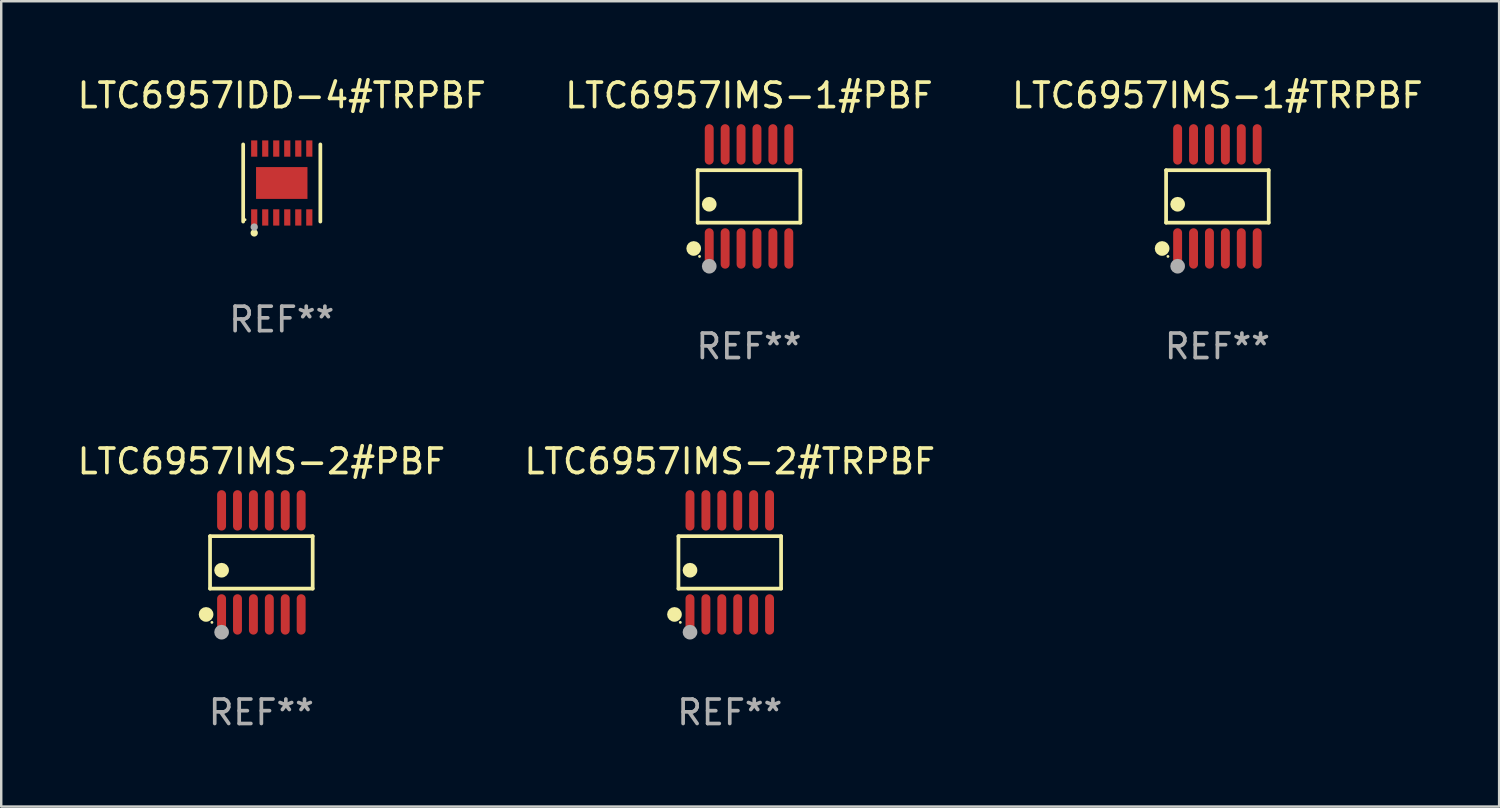
<source format=kicad_pcb>
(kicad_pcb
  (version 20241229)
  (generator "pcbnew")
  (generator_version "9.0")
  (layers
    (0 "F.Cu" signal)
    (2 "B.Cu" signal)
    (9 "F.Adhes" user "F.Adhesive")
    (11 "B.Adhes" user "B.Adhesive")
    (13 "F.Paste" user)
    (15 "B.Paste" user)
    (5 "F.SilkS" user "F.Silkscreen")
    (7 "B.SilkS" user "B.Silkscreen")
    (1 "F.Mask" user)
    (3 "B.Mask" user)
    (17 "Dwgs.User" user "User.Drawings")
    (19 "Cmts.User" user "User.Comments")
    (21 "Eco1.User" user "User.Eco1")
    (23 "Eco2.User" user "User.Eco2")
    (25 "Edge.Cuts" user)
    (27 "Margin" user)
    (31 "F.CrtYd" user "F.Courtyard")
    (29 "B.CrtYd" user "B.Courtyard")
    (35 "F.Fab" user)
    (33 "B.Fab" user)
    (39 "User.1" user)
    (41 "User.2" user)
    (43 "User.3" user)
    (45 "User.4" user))
  (footprint "LTC6957IMS-2#TRPBF"
    (layer "F.Cu")
    (at 26.756 19.92)
    (property "Reference" "LTC6957IMS-2#TRPBF" (at 0 -4.125 0) (layer "F.SilkS") (effects (font (size 1 1) (thickness 0.15))))
    (attr through_hole)
    (fp_line (start -2.096 -1.071) (end 2.096 -1.071) (stroke (width 0.152) (type solid)) (layer "F.SilkS"))
    (fp_line (start -2.096 1.071) (end -2.096 -1.071) (stroke (width 0.152) (type solid)) (layer "F.SilkS"))
    (fp_line (start 2.096 -1.071) (end 2.096 1.071) (stroke (width 0.152) (type solid)) (layer "F.SilkS"))
    (fp_line (start 2.096 1.071) (end -2.096 1.071) (stroke (width 0.152) (type solid)) (layer "F.SilkS"))
    (fp_circle (center -2.259 2.125) (end -2.109 2.125) (stroke (width 0.3) (type solid)) (fill no) (layer "F.SilkS"))
    (fp_circle (center -2.02 2.45) (end -1.99 2.45) (stroke (width 0.06) (type solid)) (fill no) (layer "F.SilkS"))
    (fp_circle (center -1.625 0.319) (end -1.475 0.319) (stroke (width 0.3) (type solid)) (fill no) (layer "F.SilkS"))
    (fp_circle (center -1.625 2.85) (end -1.475 2.85) (stroke (width 0.3) (type solid)) (fill no) (layer "F.Fab"))
    (fp_text user "REF**" (at 0 6.125 0) (layer "F.Fab") (effects (font (size 1 1) (thickness 0.15))))
    (pad "1" smd oval (at -1.625 2.125) (size 0.364 1.65) (layers "F.Cu" "F.Mask" "F.Paste"))
    (pad "2" smd oval (at -0.975 2.125) (size 0.364 1.65) (layers "F.Cu" "F.Mask" "F.Paste"))
    (pad "3" smd oval (at -0.325 2.125) (size 0.364 1.65) (layers "F.Cu" "F.Mask" "F.Paste"))
    (pad "4" smd oval (at 0.325 2.125) (size 0.364 1.65) (layers "F.Cu" "F.Mask" "F.Paste"))
    (pad "5" smd oval (at 0.975 2.125) (size 0.364 1.65) (layers "F.Cu" "F.Mask" "F.Paste"))
    (pad "6" smd oval (at 1.625 2.125) (size 0.364 1.65) (layers "F.Cu" "F.Mask" "F.Paste"))
    (pad "7" smd oval (at 1.625 -2.125) (size 0.364 1.65) (layers "F.Cu" "F.Mask" "F.Paste"))
    (pad "8" smd oval (at 0.975 -2.125) (size 0.364 1.65) (layers "F.Cu" "F.Mask" "F.Paste"))
    (pad "9" smd oval (at 0.325 -2.125) (size 0.364 1.65) (layers "F.Cu" "F.Mask" "F.Paste"))
    (pad "10" smd oval (at -0.325 -2.125) (size 0.364 1.65) (layers "F.Cu" "F.Mask" "F.Paste"))
    (pad "11" smd oval (at -0.975 -2.125) (size 0.364 1.65) (layers "F.Cu" "F.Mask" "F.Paste"))
    (pad "12" smd oval (at -1.625 -2.125) (size 0.364 1.65) (layers "F.Cu" "F.Mask" "F.Paste")))
  (footprint "LTC6957IMS-1#PBF"
    (layer "F.Cu")
    (at 27.542 4.973)
    (property "Reference" "LTC6957IMS-1#PBF" (at 0 -4.125 0) (layer "F.SilkS") (effects (font (size 1 1) (thickness 0.15))))
    (attr through_hole)
    (fp_line (start -2.096 -1.071) (end 2.096 -1.071) (stroke (width 0.152) (type solid)) (layer "F.SilkS"))
    (fp_line (start -2.096 1.071) (end -2.096 -1.071) (stroke (width 0.152) (type solid)) (layer "F.SilkS"))
    (fp_line (start 2.096 -1.071) (end 2.096 1.071) (stroke (width 0.152) (type solid)) (layer "F.SilkS"))
    (fp_line (start 2.096 1.071) (end -2.096 1.071) (stroke (width 0.152) (type solid)) (layer "F.SilkS"))
    (fp_circle (center -2.259 2.125) (end -2.109 2.125) (stroke (width 0.3) (type solid)) (fill no) (layer "F.SilkS"))
    (fp_circle (center -2.02 2.45) (end -1.99 2.45) (stroke (width 0.06) (type solid)) (fill no) (layer "F.SilkS"))
    (fp_circle (center -1.625 0.319) (end -1.475 0.319) (stroke (width 0.3) (type solid)) (fill no) (layer "F.SilkS"))
    (fp_circle (center -1.625 2.85) (end -1.475 2.85) (stroke (width 0.3) (type solid)) (fill no) (layer "F.Fab"))
    (fp_text user "REF**" (at 0 6.125 0) (layer "F.Fab") (effects (font (size 1 1) (thickness 0.15))))
    (pad "1" smd oval (at -1.625 2.125) (size 0.364 1.65) (layers "F.Cu" "F.Mask" "F.Paste"))
    (pad "2" smd oval (at -0.975 2.125) (size 0.364 1.65) (layers "F.Cu" "F.Mask" "F.Paste"))
    (pad "3" smd oval (at -0.325 2.125) (size 0.364 1.65) (layers "F.Cu" "F.Mask" "F.Paste"))
    (pad "4" smd oval (at 0.325 2.125) (size 0.364 1.65) (layers "F.Cu" "F.Mask" "F.Paste"))
    (pad "5" smd oval (at 0.975 2.125) (size 0.364 1.65) (layers "F.Cu" "F.Mask" "F.Paste"))
    (pad "6" smd oval (at 1.625 2.125) (size 0.364 1.65) (layers "F.Cu" "F.Mask" "F.Paste"))
    (pad "7" smd oval (at 1.625 -2.125) (size 0.364 1.65) (layers "F.Cu" "F.Mask" "F.Paste"))
    (pad "8" smd oval (at 0.975 -2.125) (size 0.364 1.65) (layers "F.Cu" "F.Mask" "F.Paste"))
    (pad "9" smd oval (at 0.325 -2.125) (size 0.364 1.65) (layers "F.Cu" "F.Mask" "F.Paste"))
    (pad "10" smd oval (at -0.325 -2.125) (size 0.364 1.65) (layers "F.Cu" "F.Mask" "F.Paste"))
    (pad "11" smd oval (at -0.975 -2.125) (size 0.364 1.65) (layers "F.Cu" "F.Mask" "F.Paste"))
    (pad "12" smd oval (at -1.625 -2.125) (size 0.364 1.65) (layers "F.Cu" "F.Mask" "F.Paste")))
  (footprint "LTC6957IDD-4#TRPBF"
    (layer "F.Cu")
    (at 8.458 4.424)
    (property "Reference" "LTC6957IDD-4#TRPBF" (at 0 -3.576 0) (layer "F.SilkS") (effects (font (size 1 1) (thickness 0.15))))
    (attr through_hole)
    (fp_line (start -1.576 1.576) (end -1.576 -1.576) (stroke (width 0.152) (type solid)) (layer "F.SilkS"))
    (fp_line (start 1.576 1.576) (end 1.576 -1.576) (stroke (width 0.152) (type solid)) (layer "F.SilkS"))
    (fp_circle (center -1.5 1.5) (end -1.47 1.5) (stroke (width 0.06) (type solid)) (fill no) (layer "F.SilkS"))
    (fp_circle (center -1.125 2.04) (end -1.05 2.04) (stroke (width 0.15) (type solid)) (fill no) (layer "F.SilkS"))
    (fp_circle (center -1.125 1.8) (end -1.05 1.8) (stroke (width 0.15) (type solid)) (fill no) (layer "F.Fab"))
    (fp_text user "REF**" (at 0 5.576 0) (layer "F.Fab") (effects (font (size 1 1) (thickness 0.15))))
    (pad "1" smd rect (at -1.125 1.407) (size 0.252 0.665) (layers "F.Cu" "F.Mask" "F.Paste"))
    (pad "2" smd rect (at -0.675 1.407) (size 0.252 0.665) (layers "F.Cu" "F.Mask" "F.Paste"))
    (pad "3" smd rect (at -0.225 1.407) (size 0.252 0.665) (layers "F.Cu" "F.Mask" "F.Paste"))
    (pad "4" smd rect (at 0.225 1.407) (size 0.252 0.665) (layers "F.Cu" "F.Mask" "F.Paste"))
    (pad "5" smd rect (at 0.675 1.407) (size 0.252 0.665) (layers "F.Cu" "F.Mask" "F.Paste"))
    (pad "6" smd rect (at 1.125 1.407) (size 0.252 0.665) (layers "F.Cu" "F.Mask" "F.Paste"))
    (pad "7" smd rect (at 1.125 -1.407) (size 0.252 0.665) (layers "F.Cu" "F.Mask" "F.Paste"))
    (pad "8" smd rect (at 0.675 -1.407) (size 0.252 0.665) (layers "F.Cu" "F.Mask" "F.Paste"))
    (pad "9" smd rect (at 0.225 -1.407) (size 0.252 0.665) (layers "F.Cu" "F.Mask" "F.Paste"))
    (pad "10" smd rect (at -0.225 -1.407) (size 0.252 0.665) (layers "F.Cu" "F.Mask" "F.Paste"))
    (pad "11" smd rect (at -0.675 -1.407) (size 0.252 0.665) (layers "F.Cu" "F.Mask" "F.Paste"))
    (pad "12" smd rect (at -1.125 -1.407) (size 0.252 0.665) (layers "F.Cu" "F.Mask" "F.Paste"))
    (pad "13" smd rect (at 0 0) (size 2.1 1.3) (layers "F.Cu" "F.Mask" "F.Paste")))
  (footprint "LTC6957IMS-1#TRPBF"
    (layer "F.Cu")
    (at 46.673 4.973)
    (property "Reference" "LTC6957IMS-1#TRPBF" (at 0 -4.125 0) (layer "F.SilkS") (effects (font (size 1 1) (thickness 0.15))))
    (attr through_hole)
    (fp_line (start -2.096 -1.071) (end 2.096 -1.071) (stroke (width 0.152) (type solid)) (layer "F.SilkS"))
    (fp_line (start -2.096 1.071) (end -2.096 -1.071) (stroke (width 0.152) (type solid)) (layer "F.SilkS"))
    (fp_line (start 2.096 -1.071) (end 2.096 1.071) (stroke (width 0.152) (type solid)) (layer "F.SilkS"))
    (fp_line (start 2.096 1.071) (end -2.096 1.071) (stroke (width 0.152) (type solid)) (layer "F.SilkS"))
    (fp_circle (center -2.259 2.125) (end -2.109 2.125) (stroke (width 0.3) (type solid)) (fill no) (layer "F.SilkS"))
    (fp_circle (center -2.02 2.45) (end -1.99 2.45) (stroke (width 0.06) (type solid)) (fill no) (layer "F.SilkS"))
    (fp_circle (center -1.625 0.319) (end -1.475 0.319) (stroke (width 0.3) (type solid)) (fill no) (layer "F.SilkS"))
    (fp_circle (center -1.625 2.85) (end -1.475 2.85) (stroke (width 0.3) (type solid)) (fill no) (layer "F.Fab"))
    (fp_text user "REF**" (at 0 6.125 0) (layer "F.Fab") (effects (font (size 1 1) (thickness 0.15))))
    (pad "1" smd oval (at -1.625 2.125) (size 0.364 1.65) (layers "F.Cu" "F.Mask" "F.Paste"))
    (pad "2" smd oval (at -0.975 2.125) (size 0.364 1.65) (layers "F.Cu" "F.Mask" "F.Paste"))
    (pad "3" smd oval (at -0.325 2.125) (size 0.364 1.65) (layers "F.Cu" "F.Mask" "F.Paste"))
    (pad "4" smd oval (at 0.325 2.125) (size 0.364 1.65) (layers "F.Cu" "F.Mask" "F.Paste"))
    (pad "5" smd oval (at 0.975 2.125) (size 0.364 1.65) (layers "F.Cu" "F.Mask" "F.Paste"))
    (pad "6" smd oval (at 1.625 2.125) (size 0.364 1.65) (layers "F.Cu" "F.Mask" "F.Paste"))
    (pad "7" smd oval (at 1.625 -2.125) (size 0.364 1.65) (layers "F.Cu" "F.Mask" "F.Paste"))
    (pad "8" smd oval (at 0.975 -2.125) (size 0.364 1.65) (layers "F.Cu" "F.Mask" "F.Paste"))
    (pad "9" smd oval (at 0.325 -2.125) (size 0.364 1.65) (layers "F.Cu" "F.Mask" "F.Paste"))
    (pad "10" smd oval (at -0.325 -2.125) (size 0.364 1.65) (layers "F.Cu" "F.Mask" "F.Paste"))
    (pad "11" smd oval (at -0.975 -2.125) (size 0.364 1.65) (layers "F.Cu" "F.Mask" "F.Paste"))
    (pad "12" smd oval (at -1.625 -2.125) (size 0.364 1.65) (layers "F.Cu" "F.Mask" "F.Paste")))
  (footprint "LTC6957IMS-2#PBF"
    (layer "F.Cu")
    (at 7.625 19.92)
    (property "Reference" "LTC6957IMS-2#PBF" (at 0 -4.125 0) (layer "F.SilkS") (effects (font (size 1 1) (thickness 0.15))))
    (attr through_hole)
    (fp_line (start -2.096 -1.071) (end 2.096 -1.071) (stroke (width 0.152) (type solid)) (layer "F.SilkS"))
    (fp_line (start -2.096 1.071) (end -2.096 -1.071) (stroke (width 0.152) (type solid)) (layer "F.SilkS"))
    (fp_line (start 2.096 -1.071) (end 2.096 1.071) (stroke (width 0.152) (type solid)) (layer "F.SilkS"))
    (fp_line (start 2.096 1.071) (end -2.096 1.071) (stroke (width 0.152) (type solid)) (layer "F.SilkS"))
    (fp_circle (center -2.259 2.125) (end -2.109 2.125) (stroke (width 0.3) (type solid)) (fill no) (layer "F.SilkS"))
    (fp_circle (center -2.02 2.45) (end -1.99 2.45) (stroke (width 0.06) (type solid)) (fill no) (layer "F.SilkS"))
    (fp_circle (center -1.625 0.319) (end -1.475 0.319) (stroke (width 0.3) (type solid)) (fill no) (layer "F.SilkS"))
    (fp_circle (center -1.625 2.85) (end -1.475 2.85) (stroke (width 0.3) (type solid)) (fill no) (layer "F.Fab"))
    (fp_text user "REF**" (at 0 6.125 0) (layer "F.Fab") (effects (font (size 1 1) (thickness 0.15))))
    (pad "1" smd oval (at -1.625 2.125) (size 0.364 1.65) (layers "F.Cu" "F.Mask" "F.Paste"))
    (pad "2" smd oval (at -0.975 2.125) (size 0.364 1.65) (layers "F.Cu" "F.Mask" "F.Paste"))
    (pad "3" smd oval (at -0.325 2.125) (size 0.364 1.65) (layers "F.Cu" "F.Mask" "F.Paste"))
    (pad "4" smd oval (at 0.325 2.125) (size 0.364 1.65) (layers "F.Cu" "F.Mask" "F.Paste"))
    (pad "5" smd oval (at 0.975 2.125) (size 0.364 1.65) (layers "F.Cu" "F.Mask" "F.Paste"))
    (pad "6" smd oval (at 1.625 2.125) (size 0.364 1.65) (layers "F.Cu" "F.Mask" "F.Paste"))
    (pad "7" smd oval (at 1.625 -2.125) (size 0.364 1.65) (layers "F.Cu" "F.Mask" "F.Paste"))
    (pad "8" smd oval (at 0.975 -2.125) (size 0.364 1.65) (layers "F.Cu" "F.Mask" "F.Paste"))
    (pad "9" smd oval (at 0.325 -2.125) (size 0.364 1.65) (layers "F.Cu" "F.Mask" "F.Paste"))
    (pad "10" smd oval (at -0.325 -2.125) (size 0.364 1.65) (layers "F.Cu" "F.Mask" "F.Paste"))
    (pad "11" smd oval (at -0.975 -2.125) (size 0.364 1.65) (layers "F.Cu" "F.Mask" "F.Paste"))
    (pad "12" smd oval (at -1.625 -2.125) (size 0.364 1.65) (layers "F.Cu" "F.Mask" "F.Paste")))
  (gr_rect
    (start -3 -3)
    (end 58.179 29.893)
    (stroke (width 0.1) (type default))
    (fill no)
    (layer "Edge.Cuts")))
</source>
